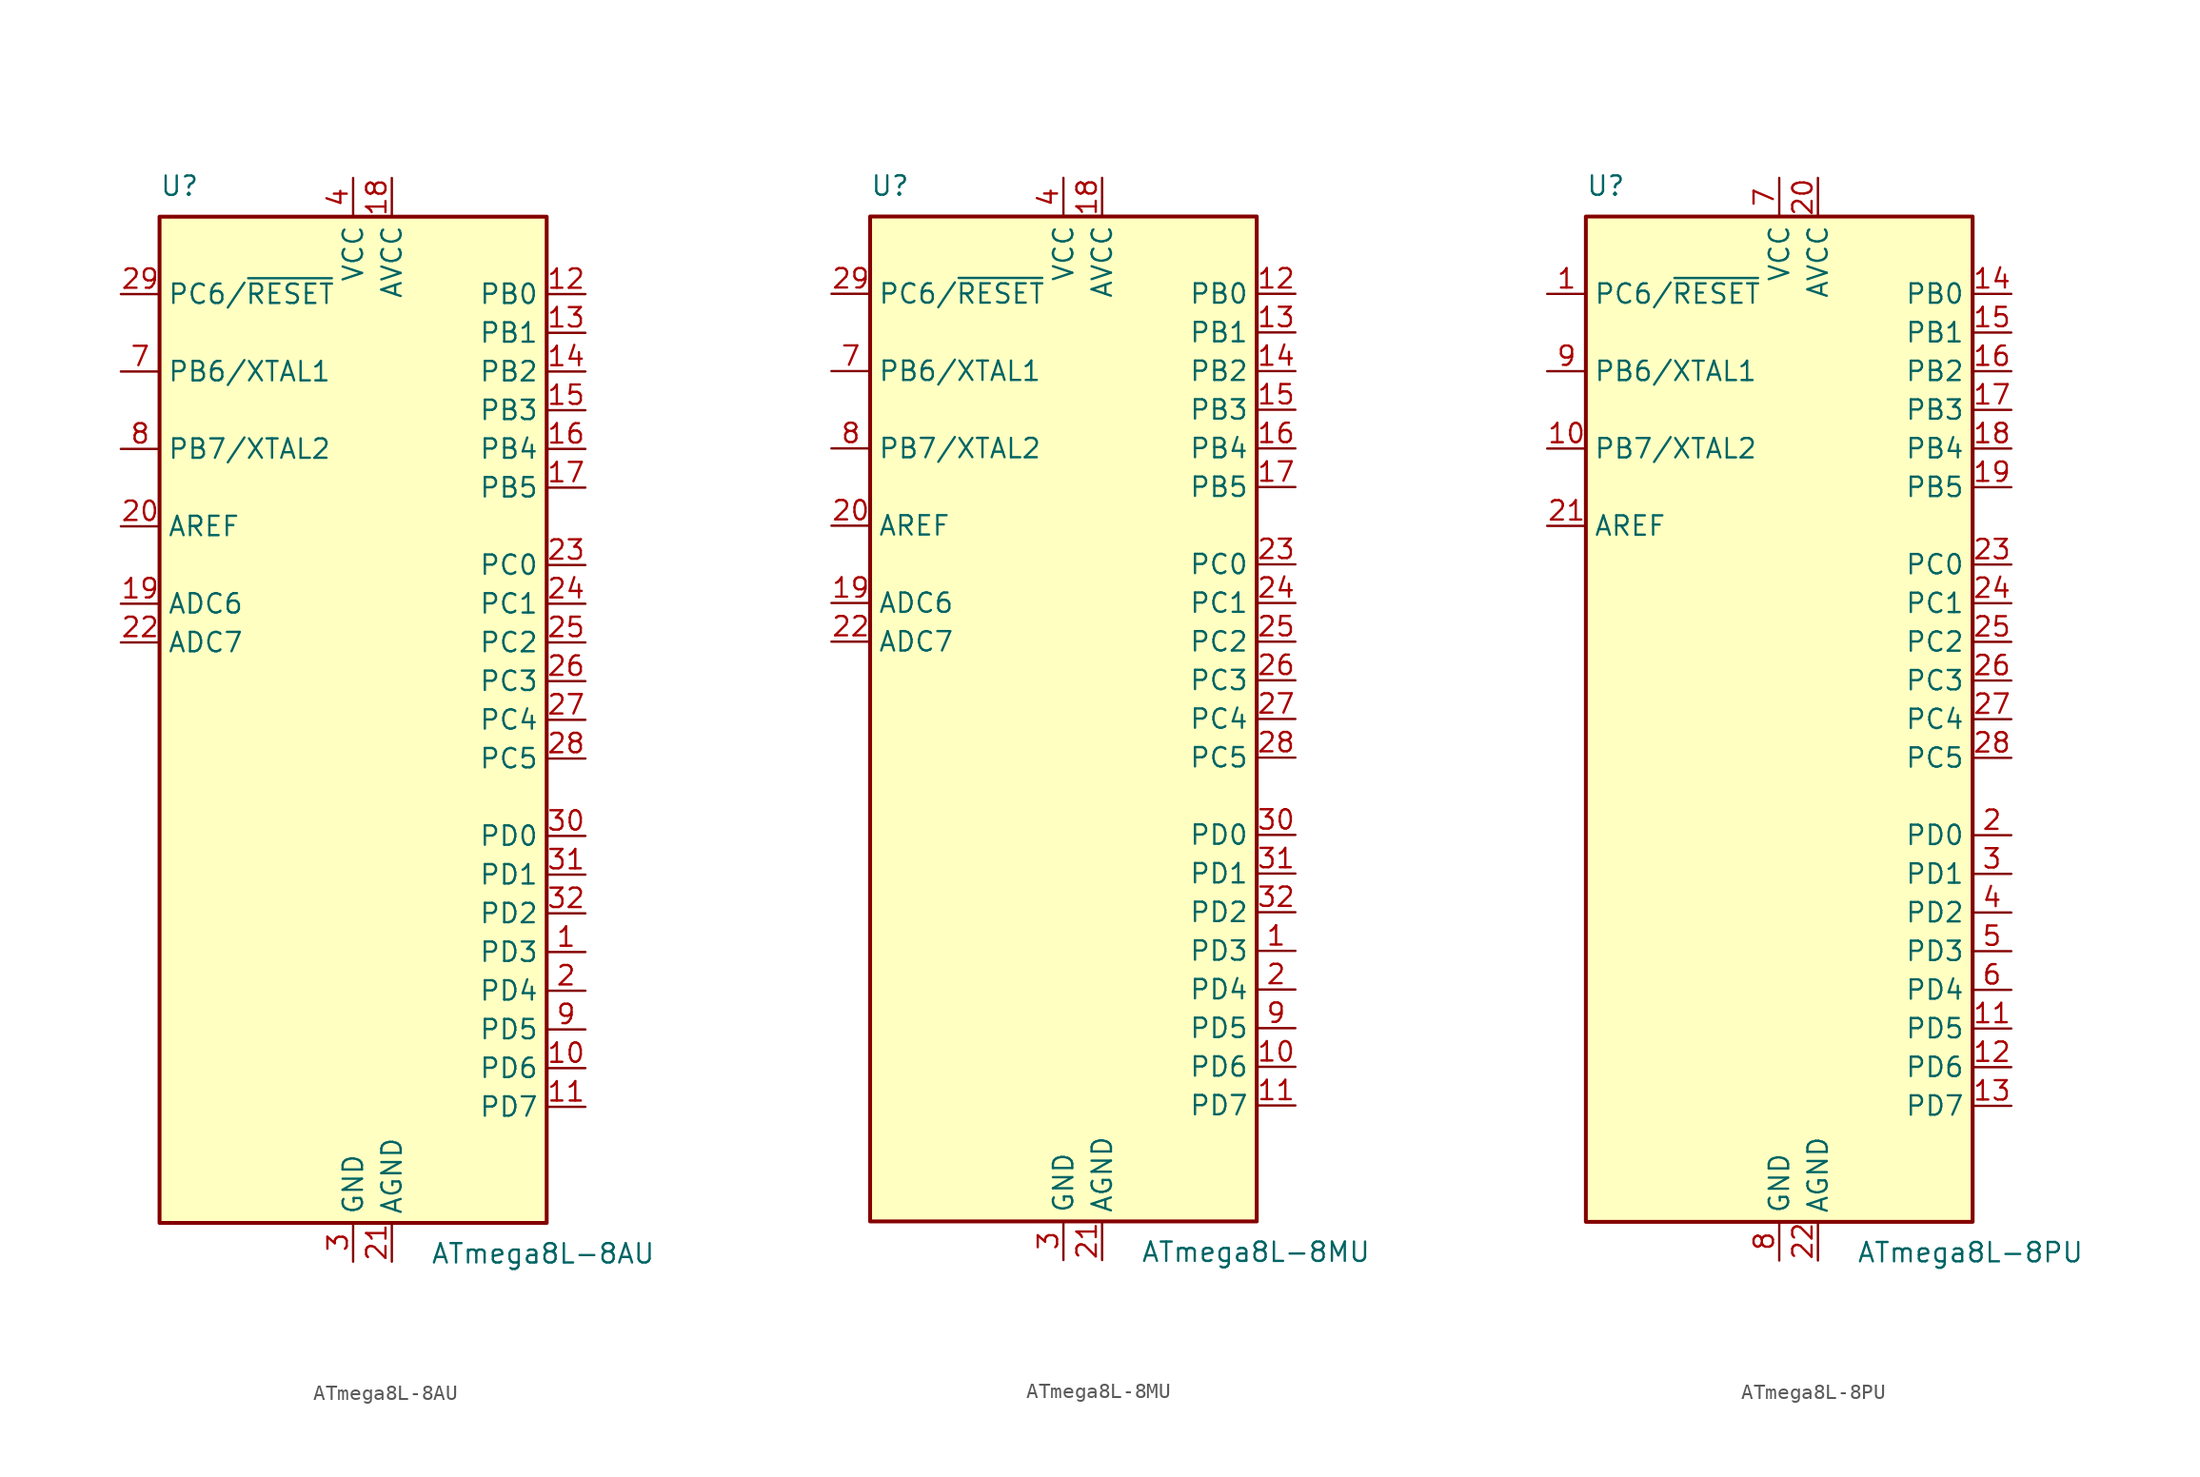
<source format=kicad_sym>
(kicad_symbol_lib
  (version 20211014)
  (generator kicad_symbol_editor)
  (symbol "ATmega8L-8AU"
    (property "Reference" "U"
      (at -12.7 34.29 0)
      (effects (font (size 1.27 1.27)) (justify left bottom)))
    (property "Value" "ATmega8L-8AU"
      (at 5.08 -34.29 0)
      (effects (font (size 1.27 1.27)) (justify left top)))
    (symbol "ATmega8L-8AU_0_1"
      (rectangle (start -12.7 -33.02) (end 12.7 33.02) (stroke (width 0.254) (type default) (color 0 0 0 0)) (fill (type background))))
    (symbol "ATmega8L-8AU_1_1"
      (pin bidirectional line (at 15.24 -15.24 180) (length 2.54) (name "PD3" (effects (font (size 1.27 1.27)))) (number "1" (effects (font (size 1.27 1.27)))))
      (pin bidirectional line (at 15.24 -22.86 180) (length 2.54) (name "PD6" (effects (font (size 1.27 1.27)))) (number "10" (effects (font (size 1.27 1.27)))))
      (pin bidirectional line (at 15.24 -25.4 180) (length 2.54) (name "PD7" (effects (font (size 1.27 1.27)))) (number "11" (effects (font (size 1.27 1.27)))))
      (pin bidirectional line (at 15.24 27.94 180) (length 2.54) (name "PB0" (effects (font (size 1.27 1.27)))) (number "12" (effects (font (size 1.27 1.27)))))
      (pin bidirectional line (at 15.24 25.4 180) (length 2.54) (name "PB1" (effects (font (size 1.27 1.27)))) (number "13" (effects (font (size 1.27 1.27)))))
      (pin bidirectional line (at 15.24 22.86 180) (length 2.54) (name "PB2" (effects (font (size 1.27 1.27)))) (number "14" (effects (font (size 1.27 1.27)))))
      (pin bidirectional line (at 15.24 20.32 180) (length 2.54) (name "PB3" (effects (font (size 1.27 1.27)))) (number "15" (effects (font (size 1.27 1.27)))))
      (pin bidirectional line (at 15.24 17.78 180) (length 2.54) (name "PB4" (effects (font (size 1.27 1.27)))) (number "16" (effects (font (size 1.27 1.27)))))
      (pin bidirectional line (at 15.24 15.24 180) (length 2.54) (name "PB5" (effects (font (size 1.27 1.27)))) (number "17" (effects (font (size 1.27 1.27)))))
      (pin power_in line (at 2.54 35.56 270) (length 2.54) (name "AVCC" (effects (font (size 1.27 1.27)))) (number "18" (effects (font (size 1.27 1.27)))))
      (pin input line (at -15.24 7.62 0) (length 2.54) (name "ADC6" (effects (font (size 1.27 1.27)))) (number "19" (effects (font (size 1.27 1.27)))))
      (pin bidirectional line (at 15.24 -17.78 180) (length 2.54) (name "PD4" (effects (font (size 1.27 1.27)))) (number "2" (effects (font (size 1.27 1.27)))))
      (pin passive line (at -15.24 12.7 0) (length 2.54) (name "AREF" (effects (font (size 1.27 1.27)))) (number "20" (effects (font (size 1.27 1.27)))))
      (pin power_in line (at 2.54 -35.56 90) (length 2.54) (name "AGND" (effects (font (size 1.27 1.27)))) (number "21" (effects (font (size 1.27 1.27)))))
      (pin input line (at -15.24 5.08 0) (length 2.54) (name "ADC7" (effects (font (size 1.27 1.27)))) (number "22" (effects (font (size 1.27 1.27)))))
      (pin bidirectional line (at 15.24 10.16 180) (length 2.54) (name "PC0" (effects (font (size 1.27 1.27)))) (number "23" (effects (font (size 1.27 1.27)))))
      (pin bidirectional line (at 15.24 7.62 180) (length 2.54) (name "PC1" (effects (font (size 1.27 1.27)))) (number "24" (effects (font (size 1.27 1.27)))))
      (pin bidirectional line (at 15.24 5.08 180) (length 2.54) (name "PC2" (effects (font (size 1.27 1.27)))) (number "25" (effects (font (size 1.27 1.27)))))
      (pin bidirectional line (at 15.24 2.54 180) (length 2.54) (name "PC3" (effects (font (size 1.27 1.27)))) (number "26" (effects (font (size 1.27 1.27)))))
      (pin bidirectional line (at 15.24 0 180) (length 2.54) (name "PC4" (effects (font (size 1.27 1.27)))) (number "27" (effects (font (size 1.27 1.27)))))
      (pin bidirectional line (at 15.24 -2.54 180) (length 2.54) (name "PC5" (effects (font (size 1.27 1.27)))) (number "28" (effects (font (size 1.27 1.27)))))
      (pin bidirectional line (at -15.24 27.94 0) (length 2.54) (name "PC6/~{RESET}" (effects (font (size 1.27 1.27)))) (number "29" (effects (font (size 1.27 1.27)))))
      (pin power_in line (at 0 -35.56 90) (length 2.54) (name "GND" (effects (font (size 1.27 1.27)))) (number "3" (effects (font (size 1.27 1.27)))))
      (pin bidirectional line (at 15.24 -7.62 180) (length 2.54) (name "PD0" (effects (font (size 1.27 1.27)))) (number "30" (effects (font (size 1.27 1.27)))))
      (pin bidirectional line (at 15.24 -10.16 180) (length 2.54) (name "PD1" (effects (font (size 1.27 1.27)))) (number "31" (effects (font (size 1.27 1.27)))))
      (pin bidirectional line (at 15.24 -12.7 180) (length 2.54) (name "PD2" (effects (font (size 1.27 1.27)))) (number "32" (effects (font (size 1.27 1.27)))))
      (pin power_in line (at 0 35.56 270) (length 2.54) (name "VCC" (effects (font (size 1.27 1.27)))) (number "4" (effects (font (size 1.27 1.27)))))
      (pin passive line (at 0 -35.56 90) (length 2.54) hide (name "GND" (effects (font (size 1.27 1.27)))) (number "5" (effects (font (size 1.27 1.27)))))
      (pin passive line (at 0 35.56 270) (length 2.54) hide (name "VCC" (effects (font (size 1.27 1.27)))) (number "6" (effects (font (size 1.27 1.27)))))
      (pin bidirectional line (at -15.24 22.86 0) (length 2.54) (name "PB6/XTAL1" (effects (font (size 1.27 1.27)))) (number "7" (effects (font (size 1.27 1.27)))))
      (pin bidirectional line (at -15.24 17.78 0) (length 2.54) (name "PB7/XTAL2" (effects (font (size 1.27 1.27)))) (number "8" (effects (font (size 1.27 1.27)))))
      (pin bidirectional line (at 15.24 -20.32 180) (length 2.54) (name "PD5" (effects (font (size 1.27 1.27)))) (number "9" (effects (font (size 1.27 1.27)))))))
  (symbol "ATmega8L-8MU"
    (property "Reference" "U"
      (at -12.7 34.29 0)
      (effects (font (size 1.27 1.27)) (justify left bottom)))
    (property "Value" "ATmega8L-8MU"
      (at 5.08 -34.29 0)
      (effects (font (size 1.27 1.27)) (justify left top)))
    (symbol "ATmega8L-8MU_0_1"
      (rectangle (start -12.7 -33.02) (end 12.7 33.02) (stroke (width 0.254) (type default) (color 0 0 0 0)) (fill (type background))))
    (symbol "ATmega8L-8MU_1_1"
      (pin bidirectional line (at 15.24 -15.24 180) (length 2.54) (name "PD3" (effects (font (size 1.27 1.27)))) (number "1" (effects (font (size 1.27 1.27)))))
      (pin bidirectional line (at 15.24 -22.86 180) (length 2.54) (name "PD6" (effects (font (size 1.27 1.27)))) (number "10" (effects (font (size 1.27 1.27)))))
      (pin bidirectional line (at 15.24 -25.4 180) (length 2.54) (name "PD7" (effects (font (size 1.27 1.27)))) (number "11" (effects (font (size 1.27 1.27)))))
      (pin bidirectional line (at 15.24 27.94 180) (length 2.54) (name "PB0" (effects (font (size 1.27 1.27)))) (number "12" (effects (font (size 1.27 1.27)))))
      (pin bidirectional line (at 15.24 25.4 180) (length 2.54) (name "PB1" (effects (font (size 1.27 1.27)))) (number "13" (effects (font (size 1.27 1.27)))))
      (pin bidirectional line (at 15.24 22.86 180) (length 2.54) (name "PB2" (effects (font (size 1.27 1.27)))) (number "14" (effects (font (size 1.27 1.27)))))
      (pin bidirectional line (at 15.24 20.32 180) (length 2.54) (name "PB3" (effects (font (size 1.27 1.27)))) (number "15" (effects (font (size 1.27 1.27)))))
      (pin bidirectional line (at 15.24 17.78 180) (length 2.54) (name "PB4" (effects (font (size 1.27 1.27)))) (number "16" (effects (font (size 1.27 1.27)))))
      (pin bidirectional line (at 15.24 15.24 180) (length 2.54) (name "PB5" (effects (font (size 1.27 1.27)))) (number "17" (effects (font (size 1.27 1.27)))))
      (pin power_in line (at 2.54 35.56 270) (length 2.54) (name "AVCC" (effects (font (size 1.27 1.27)))) (number "18" (effects (font (size 1.27 1.27)))))
      (pin input line (at -15.24 7.62 0) (length 2.54) (name "ADC6" (effects (font (size 1.27 1.27)))) (number "19" (effects (font (size 1.27 1.27)))))
      (pin bidirectional line (at 15.24 -17.78 180) (length 2.54) (name "PD4" (effects (font (size 1.27 1.27)))) (number "2" (effects (font (size 1.27 1.27)))))
      (pin passive line (at -15.24 12.7 0) (length 2.54) (name "AREF" (effects (font (size 1.27 1.27)))) (number "20" (effects (font (size 1.27 1.27)))))
      (pin power_in line (at 2.54 -35.56 90) (length 2.54) (name "AGND" (effects (font (size 1.27 1.27)))) (number "21" (effects (font (size 1.27 1.27)))))
      (pin input line (at -15.24 5.08 0) (length 2.54) (name "ADC7" (effects (font (size 1.27 1.27)))) (number "22" (effects (font (size 1.27 1.27)))))
      (pin bidirectional line (at 15.24 10.16 180) (length 2.54) (name "PC0" (effects (font (size 1.27 1.27)))) (number "23" (effects (font (size 1.27 1.27)))))
      (pin bidirectional line (at 15.24 7.62 180) (length 2.54) (name "PC1" (effects (font (size 1.27 1.27)))) (number "24" (effects (font (size 1.27 1.27)))))
      (pin bidirectional line (at 15.24 5.08 180) (length 2.54) (name "PC2" (effects (font (size 1.27 1.27)))) (number "25" (effects (font (size 1.27 1.27)))))
      (pin bidirectional line (at 15.24 2.54 180) (length 2.54) (name "PC3" (effects (font (size 1.27 1.27)))) (number "26" (effects (font (size 1.27 1.27)))))
      (pin bidirectional line (at 15.24 0 180) (length 2.54) (name "PC4" (effects (font (size 1.27 1.27)))) (number "27" (effects (font (size 1.27 1.27)))))
      (pin bidirectional line (at 15.24 -2.54 180) (length 2.54) (name "PC5" (effects (font (size 1.27 1.27)))) (number "28" (effects (font (size 1.27 1.27)))))
      (pin bidirectional line (at -15.24 27.94 0) (length 2.54) (name "PC6/~{RESET}" (effects (font (size 1.27 1.27)))) (number "29" (effects (font (size 1.27 1.27)))))
      (pin power_in line (at 0 -35.56 90) (length 2.54) (name "GND" (effects (font (size 1.27 1.27)))) (number "3" (effects (font (size 1.27 1.27)))))
      (pin bidirectional line (at 15.24 -7.62 180) (length 2.54) (name "PD0" (effects (font (size 1.27 1.27)))) (number "30" (effects (font (size 1.27 1.27)))))
      (pin bidirectional line (at 15.24 -10.16 180) (length 2.54) (name "PD1" (effects (font (size 1.27 1.27)))) (number "31" (effects (font (size 1.27 1.27)))))
      (pin bidirectional line (at 15.24 -12.7 180) (length 2.54) (name "PD2" (effects (font (size 1.27 1.27)))) (number "32" (effects (font (size 1.27 1.27)))))
      (pin passive line (at 0 -35.56 90) (length 2.54) hide (name "GND" (effects (font (size 1.27 1.27)))) (number "33" (effects (font (size 1.27 1.27)))))
      (pin power_in line (at 0 35.56 270) (length 2.54) (name "VCC" (effects (font (size 1.27 1.27)))) (number "4" (effects (font (size 1.27 1.27)))))
      (pin passive line (at 0 -35.56 90) (length 2.54) hide (name "GND" (effects (font (size 1.27 1.27)))) (number "5" (effects (font (size 1.27 1.27)))))
      (pin passive line (at 0 35.56 270) (length 2.54) hide (name "VCC" (effects (font (size 1.27 1.27)))) (number "6" (effects (font (size 1.27 1.27)))))
      (pin bidirectional line (at -15.24 22.86 0) (length 2.54) (name "PB6/XTAL1" (effects (font (size 1.27 1.27)))) (number "7" (effects (font (size 1.27 1.27)))))
      (pin bidirectional line (at -15.24 17.78 0) (length 2.54) (name "PB7/XTAL2" (effects (font (size 1.27 1.27)))) (number "8" (effects (font (size 1.27 1.27)))))
      (pin bidirectional line (at 15.24 -20.32 180) (length 2.54) (name "PD5" (effects (font (size 1.27 1.27)))) (number "9" (effects (font (size 1.27 1.27)))))))
  (symbol "ATmega8L-8PU"
    (property "Reference" "U"
      (at -12.7 34.29 0)
      (effects (font (size 1.27 1.27)) (justify left bottom)))
    (property "Value" "ATmega8L-8PU"
      (at 5.08 -34.29 0)
      (effects (font (size 1.27 1.27)) (justify left top)))
    (symbol "ATmega8L-8PU_0_1"
      (rectangle (start -12.7 -33.02) (end 12.7 33.02) (stroke (width 0.254) (type default) (color 0 0 0 0)) (fill (type background))))
    (symbol "ATmega8L-8PU_1_1"
      (pin bidirectional line (at -15.24 27.94 0) (length 2.54) (name "PC6/~{RESET}" (effects (font (size 1.27 1.27)))) (number "1" (effects (font (size 1.27 1.27)))))
      (pin bidirectional line (at -15.24 17.78 0) (length 2.54) (name "PB7/XTAL2" (effects (font (size 1.27 1.27)))) (number "10" (effects (font (size 1.27 1.27)))))
      (pin bidirectional line (at 15.24 -20.32 180) (length 2.54) (name "PD5" (effects (font (size 1.27 1.27)))) (number "11" (effects (font (size 1.27 1.27)))))
      (pin bidirectional line (at 15.24 -22.86 180) (length 2.54) (name "PD6" (effects (font (size 1.27 1.27)))) (number "12" (effects (font (size 1.27 1.27)))))
      (pin bidirectional line (at 15.24 -25.4 180) (length 2.54) (name "PD7" (effects (font (size 1.27 1.27)))) (number "13" (effects (font (size 1.27 1.27)))))
      (pin bidirectional line (at 15.24 27.94 180) (length 2.54) (name "PB0" (effects (font (size 1.27 1.27)))) (number "14" (effects (font (size 1.27 1.27)))))
      (pin bidirectional line (at 15.24 25.4 180) (length 2.54) (name "PB1" (effects (font (size 1.27 1.27)))) (number "15" (effects (font (size 1.27 1.27)))))
      (pin bidirectional line (at 15.24 22.86 180) (length 2.54) (name "PB2" (effects (font (size 1.27 1.27)))) (number "16" (effects (font (size 1.27 1.27)))))
      (pin bidirectional line (at 15.24 20.32 180) (length 2.54) (name "PB3" (effects (font (size 1.27 1.27)))) (number "17" (effects (font (size 1.27 1.27)))))
      (pin bidirectional line (at 15.24 17.78 180) (length 2.54) (name "PB4" (effects (font (size 1.27 1.27)))) (number "18" (effects (font (size 1.27 1.27)))))
      (pin bidirectional line (at 15.24 15.24 180) (length 2.54) (name "PB5" (effects (font (size 1.27 1.27)))) (number "19" (effects (font (size 1.27 1.27)))))
      (pin bidirectional line (at 15.24 -7.62 180) (length 2.54) (name "PD0" (effects (font (size 1.27 1.27)))) (number "2" (effects (font (size 1.27 1.27)))))
      (pin power_in line (at 2.54 35.56 270) (length 2.54) (name "AVCC" (effects (font (size 1.27 1.27)))) (number "20" (effects (font (size 1.27 1.27)))))
      (pin passive line (at -15.24 12.7 0) (length 2.54) (name "AREF" (effects (font (size 1.27 1.27)))) (number "21" (effects (font (size 1.27 1.27)))))
      (pin power_in line (at 2.54 -35.56 90) (length 2.54) (name "AGND" (effects (font (size 1.27 1.27)))) (number "22" (effects (font (size 1.27 1.27)))))
      (pin bidirectional line (at 15.24 10.16 180) (length 2.54) (name "PC0" (effects (font (size 1.27 1.27)))) (number "23" (effects (font (size 1.27 1.27)))))
      (pin bidirectional line (at 15.24 7.62 180) (length 2.54) (name "PC1" (effects (font (size 1.27 1.27)))) (number "24" (effects (font (size 1.27 1.27)))))
      (pin bidirectional line (at 15.24 5.08 180) (length 2.54) (name "PC2" (effects (font (size 1.27 1.27)))) (number "25" (effects (font (size 1.27 1.27)))))
      (pin bidirectional line (at 15.24 2.54 180) (length 2.54) (name "PC3" (effects (font (size 1.27 1.27)))) (number "26" (effects (font (size 1.27 1.27)))))
      (pin bidirectional line (at 15.24 0 180) (length 2.54) (name "PC4" (effects (font (size 1.27 1.27)))) (number "27" (effects (font (size 1.27 1.27)))))
      (pin bidirectional line (at 15.24 -2.54 180) (length 2.54) (name "PC5" (effects (font (size 1.27 1.27)))) (number "28" (effects (font (size 1.27 1.27)))))
      (pin bidirectional line (at 15.24 -10.16 180) (length 2.54) (name "PD1" (effects (font (size 1.27 1.27)))) (number "3" (effects (font (size 1.27 1.27)))))
      (pin bidirectional line (at 15.24 -12.7 180) (length 2.54) (name "PD2" (effects (font (size 1.27 1.27)))) (number "4" (effects (font (size 1.27 1.27)))))
      (pin bidirectional line (at 15.24 -15.24 180) (length 2.54) (name "PD3" (effects (font (size 1.27 1.27)))) (number "5" (effects (font (size 1.27 1.27)))))
      (pin bidirectional line (at 15.24 -17.78 180) (length 2.54) (name "PD4" (effects (font (size 1.27 1.27)))) (number "6" (effects (font (size 1.27 1.27)))))
      (pin power_in line (at 0 35.56 270) (length 2.54) (name "VCC" (effects (font (size 1.27 1.27)))) (number "7" (effects (font (size 1.27 1.27)))))
      (pin power_in line (at 0 -35.56 90) (length 2.54) (name "GND" (effects (font (size 1.27 1.27)))) (number "8" (effects (font (size 1.27 1.27)))))
      (pin bidirectional line (at -15.24 22.86 0) (length 2.54) (name "PB6/XTAL1" (effects (font (size 1.27 1.27)))) (number "9" (effects (font (size 1.27 1.27))))))))
</source>
